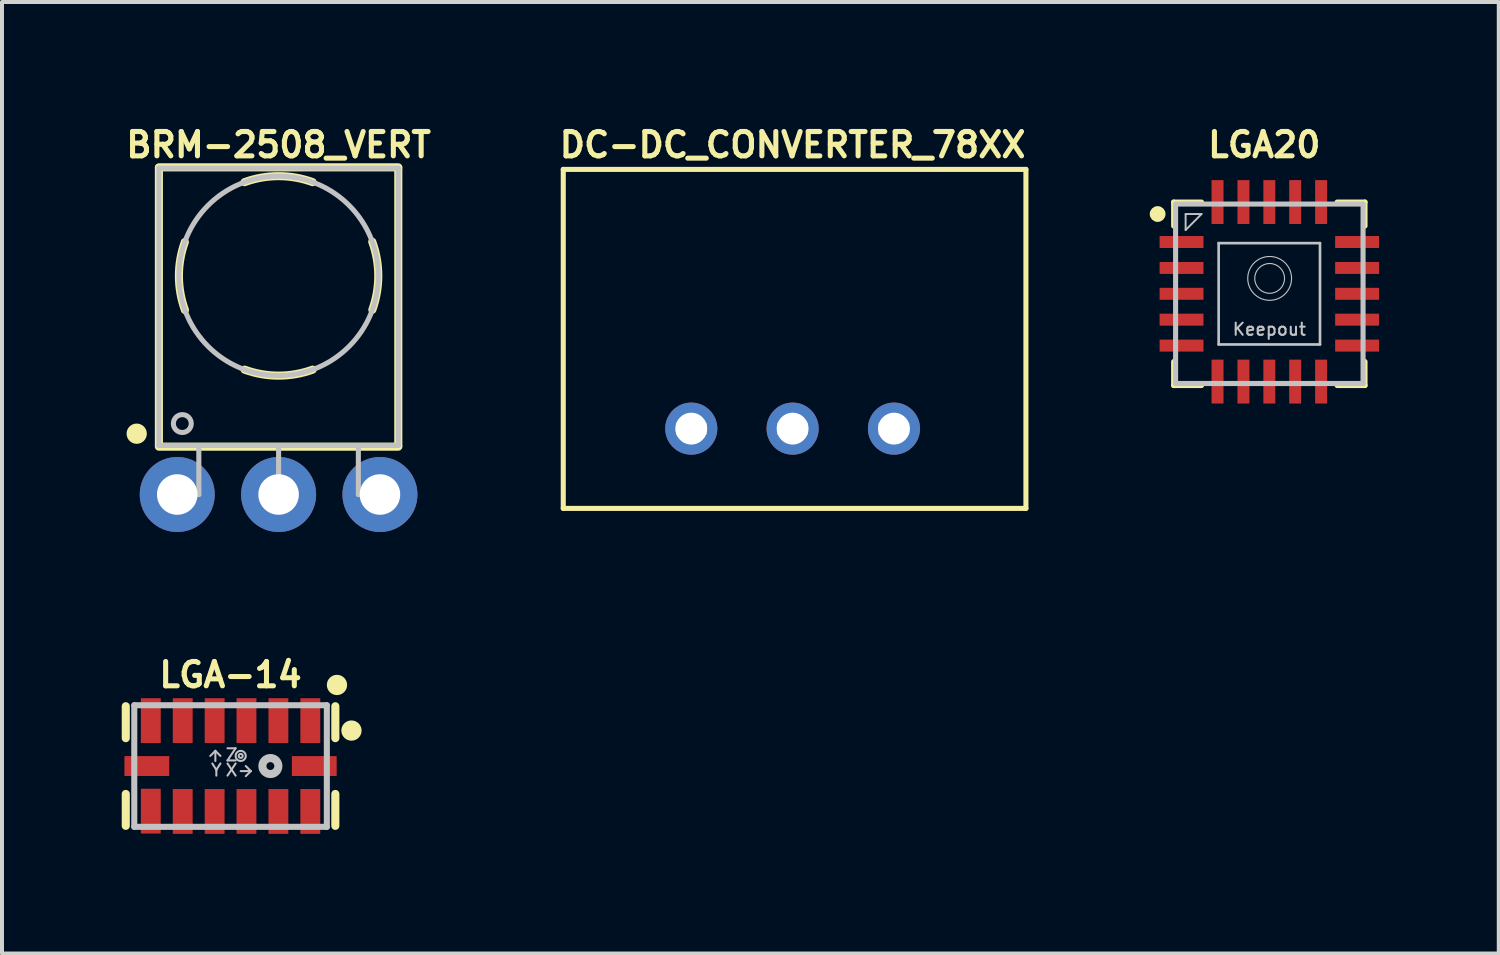
<source format=kicad_pcb>
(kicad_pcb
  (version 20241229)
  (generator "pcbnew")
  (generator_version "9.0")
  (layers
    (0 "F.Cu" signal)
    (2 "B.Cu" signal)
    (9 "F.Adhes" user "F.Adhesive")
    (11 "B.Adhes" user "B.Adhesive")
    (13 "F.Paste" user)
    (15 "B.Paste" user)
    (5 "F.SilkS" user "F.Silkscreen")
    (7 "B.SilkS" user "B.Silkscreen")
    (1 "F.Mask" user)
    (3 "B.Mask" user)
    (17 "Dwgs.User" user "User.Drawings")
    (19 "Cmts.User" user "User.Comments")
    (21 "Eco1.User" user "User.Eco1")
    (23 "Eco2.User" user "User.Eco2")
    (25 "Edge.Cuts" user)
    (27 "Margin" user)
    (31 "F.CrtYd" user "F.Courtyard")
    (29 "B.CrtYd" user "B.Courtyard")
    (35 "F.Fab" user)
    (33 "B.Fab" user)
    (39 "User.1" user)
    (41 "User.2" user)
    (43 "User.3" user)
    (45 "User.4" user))
  (footprint "LGA20"
    (layer "F.Cu")
    (at 28.761 4.313)
    (property "Reference" "LGA20" (at -0.127 -3.734 0) (layer "F.SilkS") (effects (font (size 0.61 0.61) (thickness 0.127))))
    (attr smd)
    (fp_line (start -2.398 -2.299) (end -1.699 -2.299) (stroke (width 0.127) (type solid)) (layer "F.SilkS"))
    (fp_line (start -2.398 -1.699) (end -2.398 -2.299) (stroke (width 0.127) (type solid)) (layer "F.SilkS"))
    (fp_line (start -2.398 2.299) (end -2.398 1.699) (stroke (width 0.127) (type solid)) (layer "F.SilkS"))
    (fp_line (start -2.398 2.299) (end -1.699 2.299) (stroke (width 0.127) (type solid)) (layer "F.SilkS"))
    (fp_line (start 1.699 -2.299) (end 2.398 -2.299) (stroke (width 0.127) (type solid)) (layer "F.SilkS"))
    (fp_line (start 1.699 2.299) (end 2.398 2.299) (stroke (width 0.127) (type solid)) (layer "F.SilkS"))
    (fp_line (start 2.398 -1.699) (end 2.398 -2.299) (stroke (width 0.127) (type solid)) (layer "F.SilkS"))
    (fp_line (start 2.398 2.299) (end 2.398 1.699) (stroke (width 0.127) (type solid)) (layer "F.SilkS"))
    (fp_circle (center -2.799 -1.999) (end -2.799 -2.098) (stroke (width 0.198) (type solid)) (fill no) (layer "F.SilkS"))
    (fp_line (start -2.349 -2.248) (end 2.349 -2.248) (stroke (width 0.127) (type solid)) (layer "Dwgs.User"))
    (fp_line (start -2.349 2.248) (end -2.349 -2.248) (stroke (width 0.127) (type solid)) (layer "Dwgs.User"))
    (fp_line (start -2.098 -1.999) (end -1.699 -1.999) (stroke (width 0.048) (type solid)) (layer "Dwgs.User"))
    (fp_line (start -2.098 -1.598) (end -2.098 -1.999) (stroke (width 0.048) (type solid)) (layer "Dwgs.User"))
    (fp_line (start -1.699 -1.999) (end -2.098 -1.598) (stroke (width 0.048) (type solid)) (layer "Dwgs.User"))
    (fp_line (start -1.27 -1.27) (end 1.27 -1.27) (stroke (width 0.066) (type solid)) (layer "Dwgs.User"))
    (fp_line (start -1.27 1.27) (end -1.27 -1.27) (stroke (width 0.066) (type solid)) (layer "Dwgs.User"))
    (fp_line (start -1.27 1.27) (end 1.27 1.27) (stroke (width 0.066) (type solid)) (layer "Dwgs.User"))
    (fp_line (start 1.27 1.27) (end 1.27 -1.27) (stroke (width 0.066) (type solid)) (layer "Dwgs.User"))
    (fp_line (start 2.349 -2.248) (end 2.349 2.248) (stroke (width 0.127) (type solid)) (layer "Dwgs.User"))
    (fp_line (start 2.349 2.248) (end -2.349 2.248) (stroke (width 0.127) (type solid)) (layer "Dwgs.User"))
    (fp_circle (center 0.008 -0.386) (end 0.008 -0.935) (stroke (width 0.028) (type solid)) (fill no) (layer "Dwgs.User"))
    (fp_circle (center 0.008 -0.386) (end 0.008 -0.759) (stroke (width 0.028) (type solid)) (fill no) (layer "Dwgs.User"))
    (fp_text user "Keepout" (at 0 0.889 0) (layer "Dwgs.User") (effects (font (size 0.305 0.305) (thickness 0.051))))
    (pad "1" smd rect (at -2.2 -1.298 90) (size 0.3 1.1) (layers "F.Cu" "F.Mask" "F.Paste"))
    (pad "2" smd rect (at -2.2 -0.648 90) (size 0.3 1.1) (layers "F.Cu" "F.Mask" "F.Paste"))
    (pad "3" smd rect (at -2.2 0 90) (size 0.3 1.1) (layers "F.Cu" "F.Mask" "F.Paste"))
    (pad "4" smd rect (at -2.2 0.648 90) (size 0.3 1.1) (layers "F.Cu" "F.Mask" "F.Paste"))
    (pad "5" smd rect (at -2.2 1.298 90) (size 0.3 1.1) (layers "F.Cu" "F.Mask" "F.Paste"))
    (pad "6" smd rect (at -1.298 2.2 180) (size 0.3 1.1) (layers "F.Cu" "F.Mask" "F.Paste"))
    (pad "7" smd rect (at -0.648 2.2 180) (size 0.3 1.1) (layers "F.Cu" "F.Mask" "F.Paste"))
    (pad "8" smd rect (at 0 2.2 180) (size 0.3 1.1) (layers "F.Cu" "F.Mask" "F.Paste"))
    (pad "9" smd rect (at 0.648 2.2 180) (size 0.3 1.1) (layers "F.Cu" "F.Mask" "F.Paste"))
    (pad "10" smd rect (at 1.298 2.2 180) (size 0.3 1.1) (layers "F.Cu" "F.Mask" "F.Paste"))
    (pad "11" smd rect (at 2.2 1.298 270) (size 0.3 1.1) (layers "F.Cu" "F.Mask" "F.Paste"))
    (pad "12" smd rect (at 2.2 0.648 270) (size 0.3 1.1) (layers "F.Cu" "F.Mask" "F.Paste"))
    (pad "13" smd rect (at 2.2 0 270) (size 0.3 1.1) (layers "F.Cu" "F.Mask" "F.Paste"))
    (pad "14" smd rect (at 2.2 -0.648 270) (size 0.3 1.1) (layers "F.Cu" "F.Mask" "F.Paste"))
    (pad "15" smd rect (at 2.2 -1.298 270) (size 0.3 1.1) (layers "F.Cu" "F.Mask" "F.Paste"))
    (pad "16" smd rect (at 1.298 -2.299) (size 0.3 1.1) (layers "F.Cu" "F.Mask" "F.Paste"))
    (pad "17" smd rect (at 0.648 -2.299) (size 0.3 1.1) (layers "F.Cu" "F.Mask" "F.Paste"))
    (pad "18" smd rect (at 0 -2.299) (size 0.3 1.1) (layers "F.Cu" "F.Mask" "F.Paste"))
    (pad "19" smd rect (at -0.648 -2.299) (size 0.3 1.1) (layers "F.Cu" "F.Mask" "F.Paste"))
    (pad "20" smd rect (at -1.298 -2.299) (size 0.3 1.1) (layers "F.Cu" "F.Mask" "F.Paste")))
  (footprint "LGA-14"
    (layer "F.Cu")
    (at 2.728 16.148)
    (property "Reference" "LGA-14" (at 0 -2.286 0) (layer "F.SilkS") (effects (font (size 0.61 0.61) (thickness 0.127))))
    (attr smd)
    (fp_line (start -2.626 -0.699) (end -2.626 -1.499) (stroke (width 0.203) (type solid)) (layer "F.SilkS"))
    (fp_line (start -2.626 1.499) (end -2.626 0.699) (stroke (width 0.203) (type solid)) (layer "F.SilkS"))
    (fp_line (start 2.626 -1.499) (end 2.626 -0.699) (stroke (width 0.203) (type solid)) (layer "F.SilkS"))
    (fp_line (start 2.626 0.699) (end 2.626 1.499) (stroke (width 0.203) (type solid)) (layer "F.SilkS"))
    (fp_circle (center 2.667 -2.032) (end 2.794 -2.032) (stroke (width 0.254) (type solid)) (fill no) (layer "F.SilkS"))
    (fp_circle (center 3.03 -0.889) (end 3.03 -1.143) (stroke (width 0) (type solid)) (fill yes) (layer "F.SilkS"))
    (fp_line (start -2.413 -1.524) (end 2.413 -1.524) (stroke (width 0.152) (type solid)) (layer "Dwgs.User"))
    (fp_line (start -2.413 1.524) (end -2.413 -1.524) (stroke (width 0.152) (type solid)) (layer "Dwgs.User"))
    (fp_line (start -0.381 -0.381) (end -0.508 -0.254) (stroke (width 0.051) (type solid)) (layer "Dwgs.User"))
    (fp_line (start -0.381 -0.381) (end -0.254 -0.254) (stroke (width 0.051) (type solid)) (layer "Dwgs.User"))
    (fp_line (start -0.381 -0.127) (end -0.381 -0.381) (stroke (width 0.051) (type solid)) (layer "Dwgs.User"))
    (fp_line (start 0.254 0.127) (end 0.508 0.127) (stroke (width 0.051) (type solid)) (layer "Dwgs.User"))
    (fp_line (start 0.508 0.127) (end 0.381 0) (stroke (width 0.051) (type solid)) (layer "Dwgs.User"))
    (fp_line (start 0.508 0.127) (end 0.381 0.254) (stroke (width 0.051) (type solid)) (layer "Dwgs.User"))
    (fp_line (start 2.413 -1.524) (end 2.413 1.524) (stroke (width 0.152) (type solid)) (layer "Dwgs.User"))
    (fp_line (start 2.413 1.524) (end -2.413 1.524) (stroke (width 0.152) (type solid)) (layer "Dwgs.User"))
    (fp_circle (center 0.254 -0.254) (end 0.254 -0.381) (stroke (width 0.051) (type solid)) (fill no) (layer "Dwgs.User"))
    (fp_circle (center 0.254 -0.254) (end 0.254 -0.279) (stroke (width 0.051) (type solid)) (fill no) (layer "Dwgs.User"))
    (fp_circle (center 0.998 0) (end 0.998 -0.099) (stroke (width 0.203) (type solid)) (fill no) (layer "Dwgs.User"))
    (fp_text user "X" (at 0.025 0.102 0) (layer "Dwgs.User") (effects (font (size 0.305 0.305) (thickness 0.051))))
    (fp_text user "Y" (at -0.356 0.102 0) (layer "Dwgs.User") (effects (font (size 0.305 0.305) (thickness 0.051))))
    (fp_text user "Z" (at 0.025 -0.279 0) (layer "Dwgs.User") (effects (font (size 0.305 0.305) (thickness 0.051))))
    (pad "1" smd rect (at 1.999 -1.138) (size 0.498 1.123) (layers "F.Cu" "F.Mask" "F.Paste"))
    (pad "2" smd rect (at 1.199 -1.138 180) (size 0.498 1.123) (layers "F.Cu" "F.Mask" "F.Paste"))
    (pad "3" smd rect (at 0.399 -1.138 180) (size 0.498 1.123) (layers "F.Cu" "F.Mask" "F.Paste"))
    (pad "4" smd rect (at -0.399 -1.138 180) (size 0.498 1.123) (layers "F.Cu" "F.Mask" "F.Paste"))
    (pad "5" smd rect (at -1.199 -1.138 180) (size 0.498 1.123) (layers "F.Cu" "F.Mask" "F.Paste"))
    (pad "6" smd rect (at -1.999 -1.138 180) (size 0.498 1.123) (layers "F.Cu" "F.Mask" "F.Paste"))
    (pad "7" smd rect (at -2.098 0 270) (size 0.498 1.123) (layers "F.Cu" "F.Mask" "F.Paste"))
    (pad "8" smd rect (at -1.999 1.13 180) (size 0.498 1.123) (layers "F.Cu" "F.Mask" "F.Paste"))
    (pad "9" smd rect (at -1.199 1.138 180) (size 0.498 1.123) (layers "F.Cu" "F.Mask" "F.Paste"))
    (pad "10" smd rect (at -0.399 1.138) (size 0.498 1.123) (layers "F.Cu" "F.Mask" "F.Paste"))
    (pad "11" smd rect (at 0.399 1.138) (size 0.498 1.123) (layers "F.Cu" "F.Mask" "F.Paste"))
    (pad "12" smd rect (at 1.199 1.138) (size 0.498 1.123) (layers "F.Cu" "F.Mask" "F.Paste"))
    (pad "13" smd rect (at 1.999 1.138) (size 0.498 1.123) (layers "F.Cu" "F.Mask" "F.Paste"))
    (pad "14" smd rect (at 2.098 0 90) (size 0.498 1.123) (layers "F.Cu" "F.Mask" "F.Paste")))
  (footprint "BRM-2508_VERT"
    (layer "F.Cu")
    (at 3.932 9.343)
    (property "Reference" "BRM-2508_VERT" (at 0 -8.763 0) (layer "F.SilkS") (effects (font (size 0.61 0.61) (thickness 0.127))))
    (attr exclude_from_pos_files exclude_from_bom)
    (fp_line (start -3 -8.199) (end 3 -8.199) (stroke (width 0.203) (type solid)) (layer "F.SilkS"))
    (fp_line (start -3 -8.179) (end -3 -1.229) (stroke (width 0.203) (type solid)) (layer "F.SilkS"))
    (fp_line (start -3 -1.199) (end 3 -1.199) (stroke (width 0.203) (type solid)) (layer "F.SilkS"))
    (fp_line (start 3 -8.179) (end 3 -1.229) (stroke (width 0.203) (type solid)) (layer "F.SilkS"))
    (fp_arc (start -2.34696 -4.6228) (mid -2.498181 -5.47495) (end -2.349574 -6.327559) (stroke (width 0.2032) (type solid)) (layer "F.SilkS"))
    (fp_arc (start -0.85344 -7.82828) (mid -0.000577 -7.978482) (end 0.852356 -7.828673) (stroke (width 0.2032) (type solid)) (layer "F.SilkS"))
    (fp_arc (start 0.85344 -3.12928) (mid 0.000577 -2.979078) (end -0.852356 -3.128887) (stroke (width 0.2032) (type solid)) (layer "F.SilkS"))
    (fp_arc (start 2.34696 -6.33476) (mid 2.498181 -5.48261) (end 2.349574 -4.630001) (stroke (width 0.2032) (type solid)) (layer "F.SilkS"))
    (fp_circle (center -3.556 -1.524) (end -3.429 -1.524) (stroke (width 0.254) (type solid)) (fill no) (layer "F.SilkS"))
    (fp_line (start -3 -8.179) (end -3 -1.229) (stroke (width 0.127) (type solid)) (layer "Dwgs.User"))
    (fp_line (start -3 -8.179) (end 3 -8.179) (stroke (width 0.127) (type solid)) (layer "Dwgs.User"))
    (fp_line (start -3 -1.229) (end 3 -1.229) (stroke (width 0.127) (type solid)) (layer "Dwgs.User"))
    (fp_line (start -2.499 0) (end -1.999 0) (stroke (width 0.127) (type solid)) (layer "Dwgs.User"))
    (fp_line (start -1.999 0) (end -1.999 -1.199) (stroke (width 0.127) (type solid)) (layer "Dwgs.User"))
    (fp_line (start 0 -1.199) (end 0 0) (stroke (width 0.127) (type solid)) (layer "Dwgs.User"))
    (fp_line (start 1.999 0) (end 1.999 -1.199) (stroke (width 0.127) (type solid)) (layer "Dwgs.User"))
    (fp_line (start 2.499 0) (end 1.999 0) (stroke (width 0.127) (type solid)) (layer "Dwgs.User"))
    (fp_line (start 3 -8.179) (end 3 -1.229) (stroke (width 0.127) (type solid)) (layer "Dwgs.User"))
    (fp_circle (center -2.413 -1.778) (end -2.413 -2.002) (stroke (width 0.127) (type solid)) (fill no) (layer "Dwgs.User"))
    (fp_circle (center 0 -5.479) (end 0 -7.978) (stroke (width 0.127) (type solid)) (fill no) (layer "Dwgs.User"))
    (pad "1" thru_hole circle (at -2.54 0) (size 1.88 1.88) (drill 1.016) (layers "*.Cu" "*.Mask"))
    (pad "2" thru_hole circle (at 0 0) (size 1.88 1.88) (drill 1.016) (layers "*.Cu" "*.Mask"))
    (pad "3" thru_hole circle (at 2.54 0) (size 1.88 1.88) (drill 1.016) (layers "*.Cu" "*.Mask")))
  (footprint "DC-DC_CONVERTER_78XX"
    (layer "F.Cu")
    (at 16.814 7.692)
    (property "Reference" "DC-DC_CONVERTER_78XX" (at 0 -7.112 0) (layer "F.SilkS") (effects (font (size 0.61 0.61) (thickness 0.127))))
    (attr exclude_from_pos_files exclude_from_bom)
    (fp_line (start -5.748 -6.497) (end -5.748 1.999) (stroke (width 0.127) (type solid)) (layer "F.SilkS"))
    (fp_line (start -5.748 1.999) (end 5.847 1.999) (stroke (width 0.127) (type solid)) (layer "F.SilkS"))
    (fp_line (start 5.847 -6.497) (end -5.748 -6.497) (stroke (width 0.127) (type solid)) (layer "F.SilkS"))
    (fp_line (start 5.847 1.999) (end 5.847 -6.497) (stroke (width 0.127) (type solid)) (layer "F.SilkS"))
    (fp_line (start -2.891 -0.122) (end -2.189 -0.122) (stroke (width 0.066) (type solid)) (layer "Dwgs.User"))
    (fp_line (start -2.891 0.124) (end -2.891 -0.122) (stroke (width 0.066) (type solid)) (layer "Dwgs.User"))
    (fp_line (start -2.891 0.124) (end -2.189 0.124) (stroke (width 0.066) (type solid)) (layer "Dwgs.User"))
    (fp_line (start -2.189 0.124) (end -2.189 -0.122) (stroke (width 0.066) (type solid)) (layer "Dwgs.User"))
    (fp_line (start -0.351 -0.122) (end 0.348 -0.122) (stroke (width 0.066) (type solid)) (layer "Dwgs.User"))
    (fp_line (start -0.351 0.124) (end -0.351 -0.122) (stroke (width 0.066) (type solid)) (layer "Dwgs.User"))
    (fp_line (start -0.351 0.124) (end 0.348 0.124) (stroke (width 0.066) (type solid)) (layer "Dwgs.User"))
    (fp_line (start 0.348 0.124) (end 0.348 -0.122) (stroke (width 0.066) (type solid)) (layer "Dwgs.User"))
    (fp_line (start 2.187 -0.122) (end 2.888 -0.122) (stroke (width 0.066) (type solid)) (layer "Dwgs.User"))
    (fp_line (start 2.187 0.124) (end 2.187 -0.122) (stroke (width 0.066) (type solid)) (layer "Dwgs.User"))
    (fp_line (start 2.187 0.124) (end 2.888 0.124) (stroke (width 0.066) (type solid)) (layer "Dwgs.User"))
    (fp_line (start 2.888 0.124) (end 2.888 -0.122) (stroke (width 0.066) (type solid)) (layer "Dwgs.User"))
    (pad "GND" thru_hole circle (at 0 0) (size 1.306 1.306) (drill 0.798) (layers "*.Cu" "*.Mask"))
    (pad "VIN" thru_hole circle (at -2.54 0) (size 1.306 1.306) (drill 0.798) (layers "*.Cu" "*.Mask"))
    (pad "VOUT" thru_hole circle (at 2.54 0) (size 1.306 1.306) (drill 0.798) (layers "*.Cu" "*.Mask")))
  (gr_rect
    (start -3 -3)
    (end 34.511 20.847)
    (stroke (width 0.1) (type default))
    (fill no)
    (layer "Edge.Cuts")))
</source>
